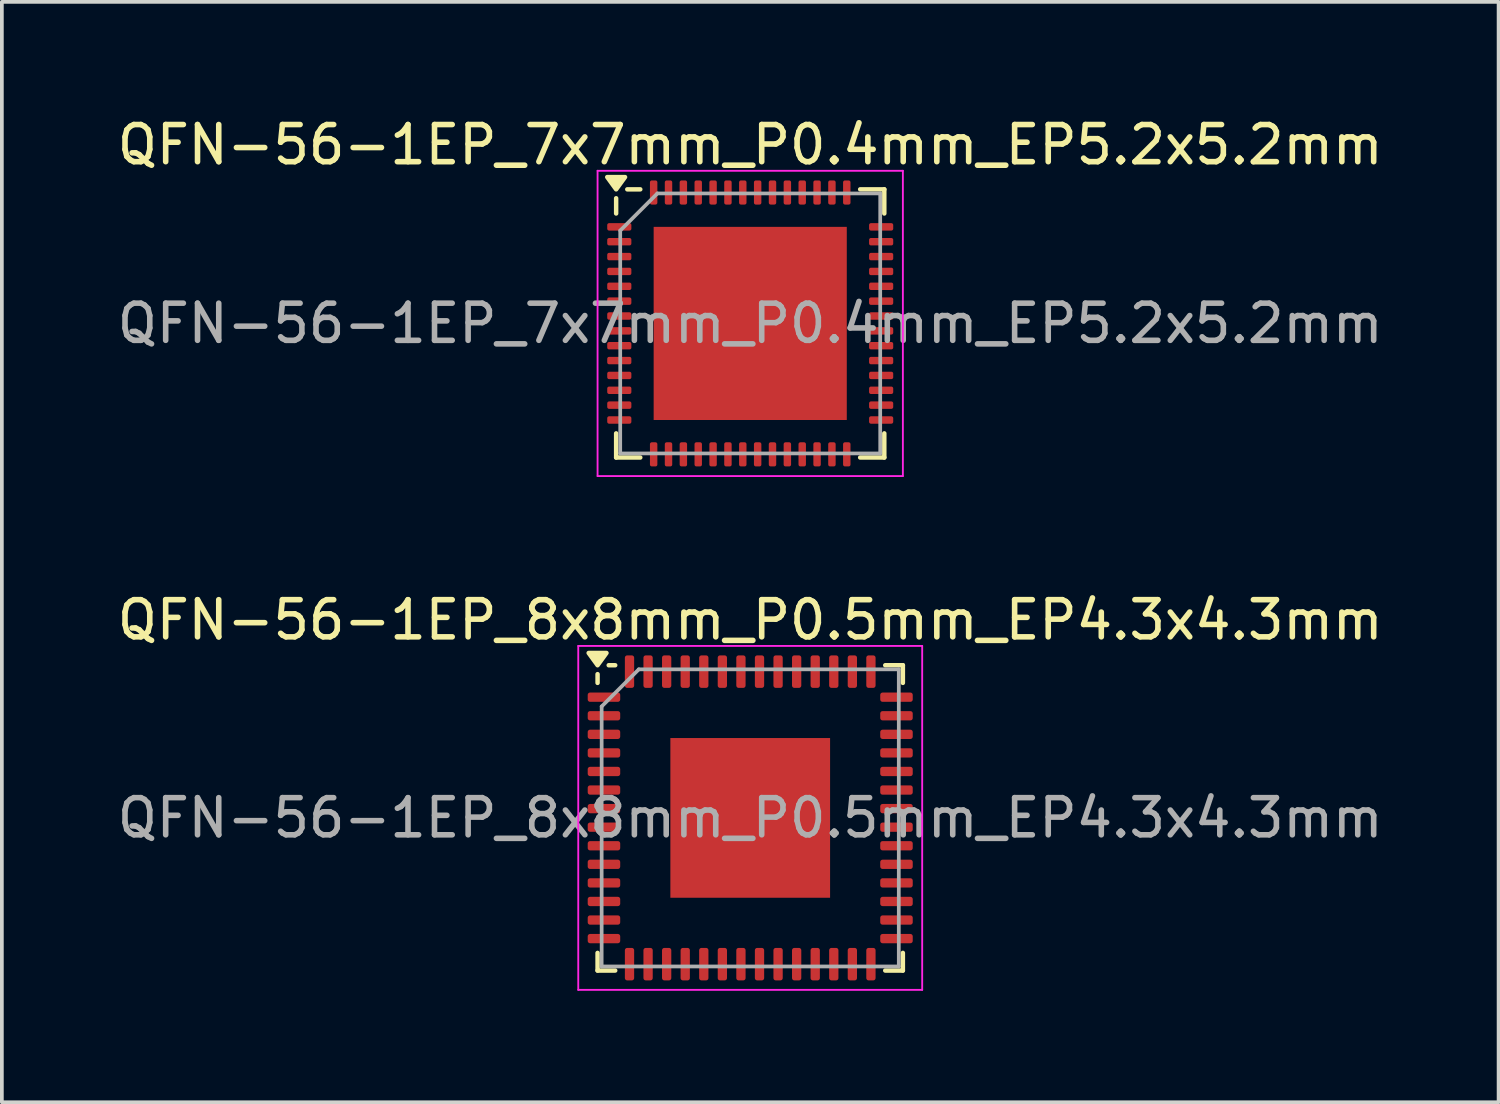
<source format=kicad_pcb>
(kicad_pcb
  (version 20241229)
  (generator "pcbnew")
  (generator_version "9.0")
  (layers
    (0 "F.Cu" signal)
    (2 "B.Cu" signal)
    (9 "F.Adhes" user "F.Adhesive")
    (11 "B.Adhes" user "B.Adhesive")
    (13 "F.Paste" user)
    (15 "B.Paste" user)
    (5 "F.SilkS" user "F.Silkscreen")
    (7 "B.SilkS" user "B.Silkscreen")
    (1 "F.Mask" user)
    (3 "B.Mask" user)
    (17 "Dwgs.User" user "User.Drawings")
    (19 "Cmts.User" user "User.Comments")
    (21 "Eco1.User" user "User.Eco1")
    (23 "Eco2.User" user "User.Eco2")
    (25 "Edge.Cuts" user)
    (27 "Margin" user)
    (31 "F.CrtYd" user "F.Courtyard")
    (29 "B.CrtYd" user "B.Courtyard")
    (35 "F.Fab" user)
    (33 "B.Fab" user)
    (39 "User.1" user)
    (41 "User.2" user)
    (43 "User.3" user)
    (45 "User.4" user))
  (footprint "QFN-56-1EP_8x8mm_P0.5mm_EP4.3x4.3mm"
    (layer "F.Cu")
    (at 17.149 18.971)
    (property "Reference" "QFN-56-1EP_8x8mm_P0.5mm_EP4.3x4.3mm" (at 0 -5.33 0) (layer "F.SilkS") (effects (font (size 1 1) (thickness 0.15))))
    (attr smd)
    (fp_line (start -4.11 -3.635) (end -4.11 -3.87) (stroke (width 0.12) (type solid)) (layer "F.SilkS"))
    (fp_line (start -4.11 4.11) (end -4.11 3.635) (stroke (width 0.12) (type solid)) (layer "F.SilkS"))
    (fp_line (start -3.635 -4.11) (end -3.81 -4.11) (stroke (width 0.12) (type solid)) (layer "F.SilkS"))
    (fp_line (start -3.635 4.11) (end -4.11 4.11) (stroke (width 0.12) (type solid)) (layer "F.SilkS"))
    (fp_line (start 3.635 -4.11) (end 4.11 -4.11) (stroke (width 0.12) (type solid)) (layer "F.SilkS"))
    (fp_line (start 3.635 4.11) (end 4.11 4.11) (stroke (width 0.12) (type solid)) (layer "F.SilkS"))
    (fp_line (start 4.11 -4.11) (end 4.11 -3.635) (stroke (width 0.12) (type solid)) (layer "F.SilkS"))
    (fp_line (start 4.11 4.11) (end 4.11 3.635) (stroke (width 0.12) (type solid)) (layer "F.SilkS"))
    (fp_poly (pts (xy -4.11 -4.11) (xy -4.35 -4.44) (xy -3.87 -4.44) (xy -4.11 -4.11)) (stroke (width 0.12) (type solid)) (fill yes) (layer "F.SilkS"))
    (fp_line (start -4.63 -4.63) (end -4.63 4.63) (stroke (width 0.05) (type solid)) (layer "F.CrtYd"))
    (fp_line (start -4.63 4.63) (end 4.63 4.63) (stroke (width 0.05) (type solid)) (layer "F.CrtYd"))
    (fp_line (start 4.63 -4.63) (end -4.63 -4.63) (stroke (width 0.05) (type solid)) (layer "F.CrtYd"))
    (fp_line (start 4.63 4.63) (end 4.63 -4.63) (stroke (width 0.05) (type solid)) (layer "F.CrtYd"))
    (fp_line (start -4 -3) (end -3 -4) (stroke (width 0.1) (type solid)) (layer "F.Fab"))
    (fp_line (start -4 4) (end -4 -3) (stroke (width 0.1) (type solid)) (layer "F.Fab"))
    (fp_line (start -3 -4) (end 4 -4) (stroke (width 0.1) (type solid)) (layer "F.Fab"))
    (fp_line (start 4 -4) (end 4 4) (stroke (width 0.1) (type solid)) (layer "F.Fab"))
    (fp_line (start 4 4) (end -4 4) (stroke (width 0.1) (type solid)) (layer "F.Fab"))
    (fp_text user "${REFERENCE}" (at 0 0 0) (layer "F.Fab") (effects (font (size 1 1) (thickness 0.15))))
    (pad "" smd roundrect (at -1.62 -1.62) (size 0.87 0.87) (layers "F.Paste") (roundrect_rratio 0.25))
    (pad "" smd roundrect (at -1.62 -0.54) (size 0.87 0.87) (layers "F.Paste") (roundrect_rratio 0.25))
    (pad "" smd roundrect (at -1.62 0.54) (size 0.87 0.87) (layers "F.Paste") (roundrect_rratio 0.25))
    (pad "" smd roundrect (at -1.62 1.62) (size 0.87 0.87) (layers "F.Paste") (roundrect_rratio 0.25))
    (pad "" smd roundrect (at -0.54 -1.62) (size 0.87 0.87) (layers "F.Paste") (roundrect_rratio 0.25))
    (pad "" smd roundrect (at -0.54 -0.54) (size 0.87 0.87) (layers "F.Paste") (roundrect_rratio 0.25))
    (pad "" smd roundrect (at -0.54 0.54) (size 0.87 0.87) (layers "F.Paste") (roundrect_rratio 0.25))
    (pad "" smd roundrect (at -0.54 1.62) (size 0.87 0.87) (layers "F.Paste") (roundrect_rratio 0.25))
    (pad "" smd roundrect (at 0.54 -1.62) (size 0.87 0.87) (layers "F.Paste") (roundrect_rratio 0.25))
    (pad "" smd roundrect (at 0.54 -0.54) (size 0.87 0.87) (layers "F.Paste") (roundrect_rratio 0.25))
    (pad "" smd roundrect (at 0.54 0.54) (size 0.87 0.87) (layers "F.Paste") (roundrect_rratio 0.25))
    (pad "" smd roundrect (at 0.54 1.62) (size 0.87 0.87) (layers "F.Paste") (roundrect_rratio 0.25))
    (pad "" smd roundrect (at 1.62 -1.62) (size 0.87 0.87) (layers "F.Paste") (roundrect_rratio 0.25))
    (pad "" smd roundrect (at 1.62 -0.54) (size 0.87 0.87) (layers "F.Paste") (roundrect_rratio 0.25))
    (pad "" smd roundrect (at 1.62 0.54) (size 0.87 0.87) (layers "F.Paste") (roundrect_rratio 0.25))
    (pad "" smd roundrect (at 1.62 1.62) (size 0.87 0.87) (layers "F.Paste") (roundrect_rratio 0.25))
    (pad "1" smd roundrect (at -3.938 -3.25) (size 0.875 0.25) (layers "F.Cu" "F.Mask" "F.Paste") (roundrect_rratio 0.25))
    (pad "2" smd roundrect (at -3.938 -2.75) (size 0.875 0.25) (layers "F.Cu" "F.Mask" "F.Paste") (roundrect_rratio 0.25))
    (pad "3" smd roundrect (at -3.938 -2.25) (size 0.875 0.25) (layers "F.Cu" "F.Mask" "F.Paste") (roundrect_rratio 0.25))
    (pad "4" smd roundrect (at -3.938 -1.75) (size 0.875 0.25) (layers "F.Cu" "F.Mask" "F.Paste") (roundrect_rratio 0.25))
    (pad "5" smd roundrect (at -3.938 -1.25) (size 0.875 0.25) (layers "F.Cu" "F.Mask" "F.Paste") (roundrect_rratio 0.25))
    (pad "6" smd roundrect (at -3.938 -0.75) (size 0.875 0.25) (layers "F.Cu" "F.Mask" "F.Paste") (roundrect_rratio 0.25))
    (pad "7" smd roundrect (at -3.938 -0.25) (size 0.875 0.25) (layers "F.Cu" "F.Mask" "F.Paste") (roundrect_rratio 0.25))
    (pad "8" smd roundrect (at -3.938 0.25) (size 0.875 0.25) (layers "F.Cu" "F.Mask" "F.Paste") (roundrect_rratio 0.25))
    (pad "9" smd roundrect (at -3.938 0.75) (size 0.875 0.25) (layers "F.Cu" "F.Mask" "F.Paste") (roundrect_rratio 0.25))
    (pad "10" smd roundrect (at -3.938 1.25) (size 0.875 0.25) (layers "F.Cu" "F.Mask" "F.Paste") (roundrect_rratio 0.25))
    (pad "11" smd roundrect (at -3.938 1.75) (size 0.875 0.25) (layers "F.Cu" "F.Mask" "F.Paste") (roundrect_rratio 0.25))
    (pad "12" smd roundrect (at -3.938 2.25) (size 0.875 0.25) (layers "F.Cu" "F.Mask" "F.Paste") (roundrect_rratio 0.25))
    (pad "13" smd roundrect (at -3.938 2.75) (size 0.875 0.25) (layers "F.Cu" "F.Mask" "F.Paste") (roundrect_rratio 0.25))
    (pad "14" smd roundrect (at -3.938 3.25) (size 0.875 0.25) (layers "F.Cu" "F.Mask" "F.Paste") (roundrect_rratio 0.25))
    (pad "15" smd roundrect (at -3.25 3.938) (size 0.25 0.875) (layers "F.Cu" "F.Mask" "F.Paste") (roundrect_rratio 0.25))
    (pad "16" smd roundrect (at -2.75 3.938) (size 0.25 0.875) (layers "F.Cu" "F.Mask" "F.Paste") (roundrect_rratio 0.25))
    (pad "17" smd roundrect (at -2.25 3.938) (size 0.25 0.875) (layers "F.Cu" "F.Mask" "F.Paste") (roundrect_rratio 0.25))
    (pad "18" smd roundrect (at -1.75 3.938) (size 0.25 0.875) (layers "F.Cu" "F.Mask" "F.Paste") (roundrect_rratio 0.25))
    (pad "19" smd roundrect (at -1.25 3.938) (size 0.25 0.875) (layers "F.Cu" "F.Mask" "F.Paste") (roundrect_rratio 0.25))
    (pad "20" smd roundrect (at -0.75 3.938) (size 0.25 0.875) (layers "F.Cu" "F.Mask" "F.Paste") (roundrect_rratio 0.25))
    (pad "21" smd roundrect (at -0.25 3.938) (size 0.25 0.875) (layers "F.Cu" "F.Mask" "F.Paste") (roundrect_rratio 0.25))
    (pad "22" smd roundrect (at 0.25 3.938) (size 0.25 0.875) (layers "F.Cu" "F.Mask" "F.Paste") (roundrect_rratio 0.25))
    (pad "23" smd roundrect (at 0.75 3.938) (size 0.25 0.875) (layers "F.Cu" "F.Mask" "F.Paste") (roundrect_rratio 0.25))
    (pad "24" smd roundrect (at 1.25 3.938) (size 0.25 0.875) (layers "F.Cu" "F.Mask" "F.Paste") (roundrect_rratio 0.25))
    (pad "25" smd roundrect (at 1.75 3.938) (size 0.25 0.875) (layers "F.Cu" "F.Mask" "F.Paste") (roundrect_rratio 0.25))
    (pad "26" smd roundrect (at 2.25 3.938) (size 0.25 0.875) (layers "F.Cu" "F.Mask" "F.Paste") (roundrect_rratio 0.25))
    (pad "27" smd roundrect (at 2.75 3.938) (size 0.25 0.875) (layers "F.Cu" "F.Mask" "F.Paste") (roundrect_rratio 0.25))
    (pad "28" smd roundrect (at 3.25 3.938) (size 0.25 0.875) (layers "F.Cu" "F.Mask" "F.Paste") (roundrect_rratio 0.25))
    (pad "29" smd roundrect (at 3.938 3.25) (size 0.875 0.25) (layers "F.Cu" "F.Mask" "F.Paste") (roundrect_rratio 0.25))
    (pad "30" smd roundrect (at 3.938 2.75) (size 0.875 0.25) (layers "F.Cu" "F.Mask" "F.Paste") (roundrect_rratio 0.25))
    (pad "31" smd roundrect (at 3.938 2.25) (size 0.875 0.25) (layers "F.Cu" "F.Mask" "F.Paste") (roundrect_rratio 0.25))
    (pad "32" smd roundrect (at 3.938 1.75) (size 0.875 0.25) (layers "F.Cu" "F.Mask" "F.Paste") (roundrect_rratio 0.25))
    (pad "33" smd roundrect (at 3.938 1.25) (size 0.875 0.25) (layers "F.Cu" "F.Mask" "F.Paste") (roundrect_rratio 0.25))
    (pad "34" smd roundrect (at 3.938 0.75) (size 0.875 0.25) (layers "F.Cu" "F.Mask" "F.Paste") (roundrect_rratio 0.25))
    (pad "35" smd roundrect (at 3.938 0.25) (size 0.875 0.25) (layers "F.Cu" "F.Mask" "F.Paste") (roundrect_rratio 0.25))
    (pad "36" smd roundrect (at 3.938 -0.25) (size 0.875 0.25) (layers "F.Cu" "F.Mask" "F.Paste") (roundrect_rratio 0.25))
    (pad "37" smd roundrect (at 3.938 -0.75) (size 0.875 0.25) (layers "F.Cu" "F.Mask" "F.Paste") (roundrect_rratio 0.25))
    (pad "38" smd roundrect (at 3.938 -1.25) (size 0.875 0.25) (layers "F.Cu" "F.Mask" "F.Paste") (roundrect_rratio 0.25))
    (pad "39" smd roundrect (at 3.938 -1.75) (size 0.875 0.25) (layers "F.Cu" "F.Mask" "F.Paste") (roundrect_rratio 0.25))
    (pad "40" smd roundrect (at 3.938 -2.25) (size 0.875 0.25) (layers "F.Cu" "F.Mask" "F.Paste") (roundrect_rratio 0.25))
    (pad "41" smd roundrect (at 3.938 -2.75) (size 0.875 0.25) (layers "F.Cu" "F.Mask" "F.Paste") (roundrect_rratio 0.25))
    (pad "42" smd roundrect (at 3.938 -3.25) (size 0.875 0.25) (layers "F.Cu" "F.Mask" "F.Paste") (roundrect_rratio 0.25))
    (pad "43" smd roundrect (at 3.25 -3.938) (size 0.25 0.875) (layers "F.Cu" "F.Mask" "F.Paste") (roundrect_rratio 0.25))
    (pad "44" smd roundrect (at 2.75 -3.938) (size 0.25 0.875) (layers "F.Cu" "F.Mask" "F.Paste") (roundrect_rratio 0.25))
    (pad "45" smd roundrect (at 2.25 -3.938) (size 0.25 0.875) (layers "F.Cu" "F.Mask" "F.Paste") (roundrect_rratio 0.25))
    (pad "46" smd roundrect (at 1.75 -3.938) (size 0.25 0.875) (layers "F.Cu" "F.Mask" "F.Paste") (roundrect_rratio 0.25))
    (pad "47" smd roundrect (at 1.25 -3.938) (size 0.25 0.875) (layers "F.Cu" "F.Mask" "F.Paste") (roundrect_rratio 0.25))
    (pad "48" smd roundrect (at 0.75 -3.938) (size 0.25 0.875) (layers "F.Cu" "F.Mask" "F.Paste") (roundrect_rratio 0.25))
    (pad "49" smd roundrect (at 0.25 -3.938) (size 0.25 0.875) (layers "F.Cu" "F.Mask" "F.Paste") (roundrect_rratio 0.25))
    (pad "50" smd roundrect (at -0.25 -3.938) (size 0.25 0.875) (layers "F.Cu" "F.Mask" "F.Paste") (roundrect_rratio 0.25))
    (pad "51" smd roundrect (at -0.75 -3.938) (size 0.25 0.875) (layers "F.Cu" "F.Mask" "F.Paste") (roundrect_rratio 0.25))
    (pad "52" smd roundrect (at -1.25 -3.938) (size 0.25 0.875) (layers "F.Cu" "F.Mask" "F.Paste") (roundrect_rratio 0.25))
    (pad "53" smd roundrect (at -1.75 -3.938) (size 0.25 0.875) (layers "F.Cu" "F.Mask" "F.Paste") (roundrect_rratio 0.25))
    (pad "54" smd roundrect (at -2.25 -3.938) (size 0.25 0.875) (layers "F.Cu" "F.Mask" "F.Paste") (roundrect_rratio 0.25))
    (pad "55" smd roundrect (at -2.75 -3.938) (size 0.25 0.875) (layers "F.Cu" "F.Mask" "F.Paste") (roundrect_rratio 0.25))
    (pad "56" smd roundrect (at -3.25 -3.938) (size 0.25 0.875) (layers "F.Cu" "F.Mask" "F.Paste") (roundrect_rratio 0.25))
    (pad "57" smd rect (at 0 0) (size 4.3 4.3) (property pad_prop_heatsink) (layers "F.Cu" "F.Mask")))
  (footprint "QFN-56-1EP_7x7mm_P0.4mm_EP5.2x5.2mm"
    (layer "F.Cu")
    (at 17.149 5.658)
    (property "Reference" "QFN-56-1EP_7x7mm_P0.4mm_EP5.2x5.2mm" (at 0 -4.81 0) (layer "F.SilkS") (effects (font (size 1 1) (thickness 0.15))))
    (attr smd)
    (fp_line (start -3.61 -2.96) (end -3.61 -3.37) (stroke (width 0.12) (type solid)) (layer "F.SilkS"))
    (fp_line (start -3.61 3.61) (end -3.61 2.96) (stroke (width 0.12) (type solid)) (layer "F.SilkS"))
    (fp_line (start -2.96 -3.61) (end -3.31 -3.61) (stroke (width 0.12) (type solid)) (layer "F.SilkS"))
    (fp_line (start -2.96 3.61) (end -3.61 3.61) (stroke (width 0.12) (type solid)) (layer "F.SilkS"))
    (fp_line (start 2.96 -3.61) (end 3.61 -3.61) (stroke (width 0.12) (type solid)) (layer "F.SilkS"))
    (fp_line (start 2.96 3.61) (end 3.61 3.61) (stroke (width 0.12) (type solid)) (layer "F.SilkS"))
    (fp_line (start 3.61 -3.61) (end 3.61 -2.96) (stroke (width 0.12) (type solid)) (layer "F.SilkS"))
    (fp_line (start 3.61 3.61) (end 3.61 2.96) (stroke (width 0.12) (type solid)) (layer "F.SilkS"))
    (fp_poly (pts (xy -3.61 -3.61) (xy -3.85 -3.94) (xy -3.37 -3.94) (xy -3.61 -3.61)) (stroke (width 0.12) (type solid)) (fill yes) (layer "F.SilkS"))
    (fp_line (start -4.11 -4.11) (end -4.11 4.11) (stroke (width 0.05) (type solid)) (layer "F.CrtYd"))
    (fp_line (start -4.11 4.11) (end 4.11 4.11) (stroke (width 0.05) (type solid)) (layer "F.CrtYd"))
    (fp_line (start 4.11 -4.11) (end -4.11 -4.11) (stroke (width 0.05) (type solid)) (layer "F.CrtYd"))
    (fp_line (start 4.11 4.11) (end 4.11 -4.11) (stroke (width 0.05) (type solid)) (layer "F.CrtYd"))
    (fp_line (start -3.5 -2.5) (end -2.5 -3.5) (stroke (width 0.1) (type solid)) (layer "F.Fab"))
    (fp_line (start -3.5 3.5) (end -3.5 -2.5) (stroke (width 0.1) (type solid)) (layer "F.Fab"))
    (fp_line (start -2.5 -3.5) (end 3.5 -3.5) (stroke (width 0.1) (type solid)) (layer "F.Fab"))
    (fp_line (start 3.5 -3.5) (end 3.5 3.5) (stroke (width 0.1) (type solid)) (layer "F.Fab"))
    (fp_line (start 3.5 3.5) (end -3.5 3.5) (stroke (width 0.1) (type solid)) (layer "F.Fab"))
    (fp_text user "${REFERENCE}" (at 0 0 0) (layer "F.Fab") (effects (font (size 1 1) (thickness 0.15))))
    (pad "" smd roundrect (at -1.3 -1.3) (size 2.1 2.1) (layers "F.Paste") (roundrect_rratio 0.119))
    (pad "" smd roundrect (at -1.3 1.3) (size 2.1 2.1) (layers "F.Paste") (roundrect_rratio 0.119))
    (pad "" smd roundrect (at 1.3 -1.3) (size 2.1 2.1) (layers "F.Paste") (roundrect_rratio 0.119))
    (pad "" smd roundrect (at 1.3 1.3) (size 2.1 2.1) (layers "F.Paste") (roundrect_rratio 0.119))
    (pad "1" smd roundrect (at -3.525 -2.6) (size 0.65 0.2) (layers "F.Cu" "F.Mask" "F.Paste") (roundrect_rratio 0.25))
    (pad "2" smd roundrect (at -3.525 -2.2) (size 0.65 0.2) (layers "F.Cu" "F.Mask" "F.Paste") (roundrect_rratio 0.25))
    (pad "3" smd roundrect (at -3.525 -1.8) (size 0.65 0.2) (layers "F.Cu" "F.Mask" "F.Paste") (roundrect_rratio 0.25))
    (pad "4" smd roundrect (at -3.525 -1.4) (size 0.65 0.2) (layers "F.Cu" "F.Mask" "F.Paste") (roundrect_rratio 0.25))
    (pad "5" smd roundrect (at -3.525 -1) (size 0.65 0.2) (layers "F.Cu" "F.Mask" "F.Paste") (roundrect_rratio 0.25))
    (pad "6" smd roundrect (at -3.525 -0.6) (size 0.65 0.2) (layers "F.Cu" "F.Mask" "F.Paste") (roundrect_rratio 0.25))
    (pad "7" smd roundrect (at -3.525 -0.2) (size 0.65 0.2) (layers "F.Cu" "F.Mask" "F.Paste") (roundrect_rratio 0.25))
    (pad "8" smd roundrect (at -3.525 0.2) (size 0.65 0.2) (layers "F.Cu" "F.Mask" "F.Paste") (roundrect_rratio 0.25))
    (pad "9" smd roundrect (at -3.525 0.6) (size 0.65 0.2) (layers "F.Cu" "F.Mask" "F.Paste") (roundrect_rratio 0.25))
    (pad "10" smd roundrect (at -3.525 1) (size 0.65 0.2) (layers "F.Cu" "F.Mask" "F.Paste") (roundrect_rratio 0.25))
    (pad "11" smd roundrect (at -3.525 1.4) (size 0.65 0.2) (layers "F.Cu" "F.Mask" "F.Paste") (roundrect_rratio 0.25))
    (pad "12" smd roundrect (at -3.525 1.8) (size 0.65 0.2) (layers "F.Cu" "F.Mask" "F.Paste") (roundrect_rratio 0.25))
    (pad "13" smd roundrect (at -3.525 2.2) (size 0.65 0.2) (layers "F.Cu" "F.Mask" "F.Paste") (roundrect_rratio 0.25))
    (pad "14" smd roundrect (at -3.525 2.6) (size 0.65 0.2) (layers "F.Cu" "F.Mask" "F.Paste") (roundrect_rratio 0.25))
    (pad "15" smd roundrect (at -2.6 3.525) (size 0.2 0.65) (layers "F.Cu" "F.Mask" "F.Paste") (roundrect_rratio 0.25))
    (pad "16" smd roundrect (at -2.2 3.525) (size 0.2 0.65) (layers "F.Cu" "F.Mask" "F.Paste") (roundrect_rratio 0.25))
    (pad "17" smd roundrect (at -1.8 3.525) (size 0.2 0.65) (layers "F.Cu" "F.Mask" "F.Paste") (roundrect_rratio 0.25))
    (pad "18" smd roundrect (at -1.4 3.525) (size 0.2 0.65) (layers "F.Cu" "F.Mask" "F.Paste") (roundrect_rratio 0.25))
    (pad "19" smd roundrect (at -1 3.525) (size 0.2 0.65) (layers "F.Cu" "F.Mask" "F.Paste") (roundrect_rratio 0.25))
    (pad "20" smd roundrect (at -0.6 3.525) (size 0.2 0.65) (layers "F.Cu" "F.Mask" "F.Paste") (roundrect_rratio 0.25))
    (pad "21" smd roundrect (at -0.2 3.525) (size 0.2 0.65) (layers "F.Cu" "F.Mask" "F.Paste") (roundrect_rratio 0.25))
    (pad "22" smd roundrect (at 0.2 3.525) (size 0.2 0.65) (layers "F.Cu" "F.Mask" "F.Paste") (roundrect_rratio 0.25))
    (pad "23" smd roundrect (at 0.6 3.525) (size 0.2 0.65) (layers "F.Cu" "F.Mask" "F.Paste") (roundrect_rratio 0.25))
    (pad "24" smd roundrect (at 1 3.525) (size 0.2 0.65) (layers "F.Cu" "F.Mask" "F.Paste") (roundrect_rratio 0.25))
    (pad "25" smd roundrect (at 1.4 3.525) (size 0.2 0.65) (layers "F.Cu" "F.Mask" "F.Paste") (roundrect_rratio 0.25))
    (pad "26" smd roundrect (at 1.8 3.525) (size 0.2 0.65) (layers "F.Cu" "F.Mask" "F.Paste") (roundrect_rratio 0.25))
    (pad "27" smd roundrect (at 2.2 3.525) (size 0.2 0.65) (layers "F.Cu" "F.Mask" "F.Paste") (roundrect_rratio 0.25))
    (pad "28" smd roundrect (at 2.6 3.525) (size 0.2 0.65) (layers "F.Cu" "F.Mask" "F.Paste") (roundrect_rratio 0.25))
    (pad "29" smd roundrect (at 3.525 2.6) (size 0.65 0.2) (layers "F.Cu" "F.Mask" "F.Paste") (roundrect_rratio 0.25))
    (pad "30" smd roundrect (at 3.525 2.2) (size 0.65 0.2) (layers "F.Cu" "F.Mask" "F.Paste") (roundrect_rratio 0.25))
    (pad "31" smd roundrect (at 3.525 1.8) (size 0.65 0.2) (layers "F.Cu" "F.Mask" "F.Paste") (roundrect_rratio 0.25))
    (pad "32" smd roundrect (at 3.525 1.4) (size 0.65 0.2) (layers "F.Cu" "F.Mask" "F.Paste") (roundrect_rratio 0.25))
    (pad "33" smd roundrect (at 3.525 1) (size 0.65 0.2) (layers "F.Cu" "F.Mask" "F.Paste") (roundrect_rratio 0.25))
    (pad "34" smd roundrect (at 3.525 0.6) (size 0.65 0.2) (layers "F.Cu" "F.Mask" "F.Paste") (roundrect_rratio 0.25))
    (pad "35" smd roundrect (at 3.525 0.2) (size 0.65 0.2) (layers "F.Cu" "F.Mask" "F.Paste") (roundrect_rratio 0.25))
    (pad "36" smd roundrect (at 3.525 -0.2) (size 0.65 0.2) (layers "F.Cu" "F.Mask" "F.Paste") (roundrect_rratio 0.25))
    (pad "37" smd roundrect (at 3.525 -0.6) (size 0.65 0.2) (layers "F.Cu" "F.Mask" "F.Paste") (roundrect_rratio 0.25))
    (pad "38" smd roundrect (at 3.525 -1) (size 0.65 0.2) (layers "F.Cu" "F.Mask" "F.Paste") (roundrect_rratio 0.25))
    (pad "39" smd roundrect (at 3.525 -1.4) (size 0.65 0.2) (layers "F.Cu" "F.Mask" "F.Paste") (roundrect_rratio 0.25))
    (pad "40" smd roundrect (at 3.525 -1.8) (size 0.65 0.2) (layers "F.Cu" "F.Mask" "F.Paste") (roundrect_rratio 0.25))
    (pad "41" smd roundrect (at 3.525 -2.2) (size 0.65 0.2) (layers "F.Cu" "F.Mask" "F.Paste") (roundrect_rratio 0.25))
    (pad "42" smd roundrect (at 3.525 -2.6) (size 0.65 0.2) (layers "F.Cu" "F.Mask" "F.Paste") (roundrect_rratio 0.25))
    (pad "43" smd roundrect (at 2.6 -3.525) (size 0.2 0.65) (layers "F.Cu" "F.Mask" "F.Paste") (roundrect_rratio 0.25))
    (pad "44" smd roundrect (at 2.2 -3.525) (size 0.2 0.65) (layers "F.Cu" "F.Mask" "F.Paste") (roundrect_rratio 0.25))
    (pad "45" smd roundrect (at 1.8 -3.525) (size 0.2 0.65) (layers "F.Cu" "F.Mask" "F.Paste") (roundrect_rratio 0.25))
    (pad "46" smd roundrect (at 1.4 -3.525) (size 0.2 0.65) (layers "F.Cu" "F.Mask" "F.Paste") (roundrect_rratio 0.25))
    (pad "47" smd roundrect (at 1 -3.525) (size 0.2 0.65) (layers "F.Cu" "F.Mask" "F.Paste") (roundrect_rratio 0.25))
    (pad "48" smd roundrect (at 0.6 -3.525) (size 0.2 0.65) (layers "F.Cu" "F.Mask" "F.Paste") (roundrect_rratio 0.25))
    (pad "49" smd roundrect (at 0.2 -3.525) (size 0.2 0.65) (layers "F.Cu" "F.Mask" "F.Paste") (roundrect_rratio 0.25))
    (pad "50" smd roundrect (at -0.2 -3.525) (size 0.2 0.65) (layers "F.Cu" "F.Mask" "F.Paste") (roundrect_rratio 0.25))
    (pad "51" smd roundrect (at -0.6 -3.525) (size 0.2 0.65) (layers "F.Cu" "F.Mask" "F.Paste") (roundrect_rratio 0.25))
    (pad "52" smd roundrect (at -1 -3.525) (size 0.2 0.65) (layers "F.Cu" "F.Mask" "F.Paste") (roundrect_rratio 0.25))
    (pad "53" smd roundrect (at -1.4 -3.525) (size 0.2 0.65) (layers "F.Cu" "F.Mask" "F.Paste") (roundrect_rratio 0.25))
    (pad "54" smd roundrect (at -1.8 -3.525) (size 0.2 0.65) (layers "F.Cu" "F.Mask" "F.Paste") (roundrect_rratio 0.25))
    (pad "55" smd roundrect (at -2.2 -3.525) (size 0.2 0.65) (layers "F.Cu" "F.Mask" "F.Paste") (roundrect_rratio 0.25))
    (pad "56" smd roundrect (at -2.6 -3.525) (size 0.2 0.65) (layers "F.Cu" "F.Mask" "F.Paste") (roundrect_rratio 0.25))
    (pad "57" smd rect (at 0 0) (size 5.2 5.2) (property pad_prop_heatsink) (layers "F.Cu" "F.Mask")))
  (gr_rect
    (start -3 -3)
    (end 37.298 26.627)
    (stroke (width 0.1) (type default))
    (fill no)
    (layer "Edge.Cuts")))
</source>
